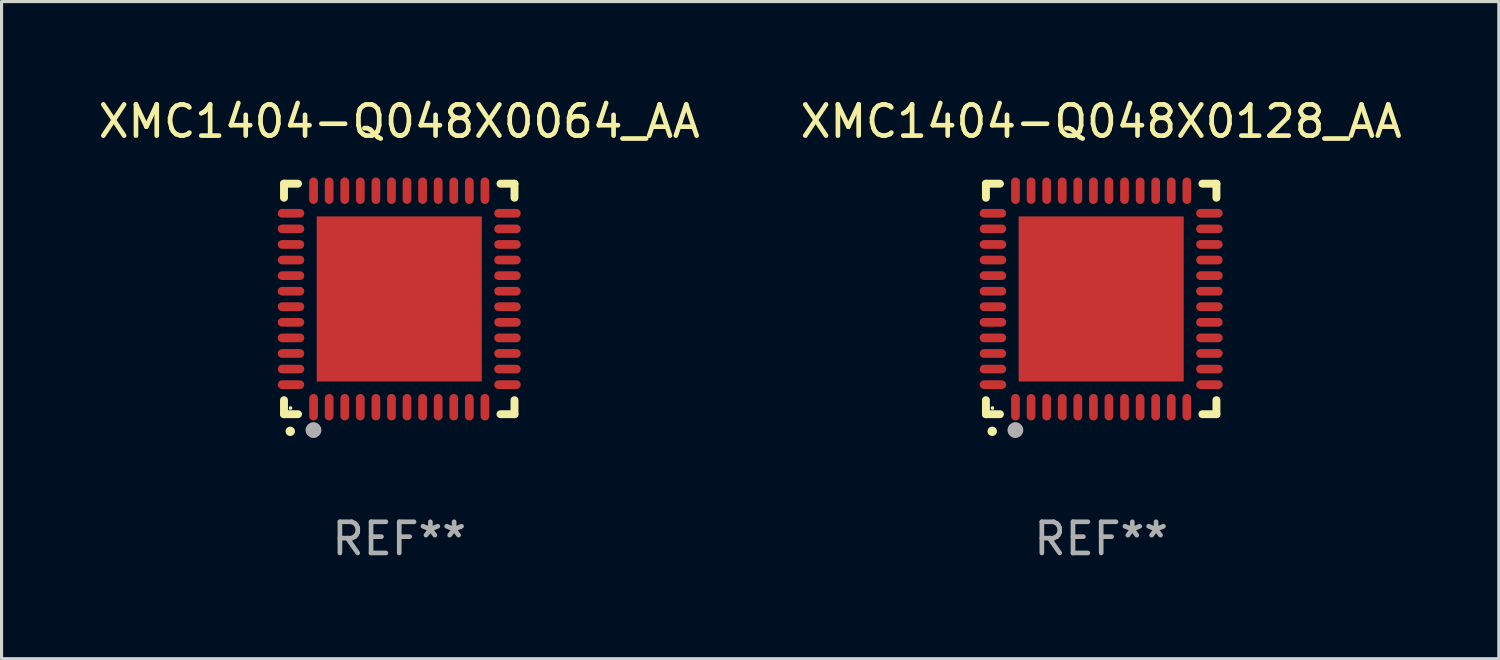
<source format=kicad_pcb>
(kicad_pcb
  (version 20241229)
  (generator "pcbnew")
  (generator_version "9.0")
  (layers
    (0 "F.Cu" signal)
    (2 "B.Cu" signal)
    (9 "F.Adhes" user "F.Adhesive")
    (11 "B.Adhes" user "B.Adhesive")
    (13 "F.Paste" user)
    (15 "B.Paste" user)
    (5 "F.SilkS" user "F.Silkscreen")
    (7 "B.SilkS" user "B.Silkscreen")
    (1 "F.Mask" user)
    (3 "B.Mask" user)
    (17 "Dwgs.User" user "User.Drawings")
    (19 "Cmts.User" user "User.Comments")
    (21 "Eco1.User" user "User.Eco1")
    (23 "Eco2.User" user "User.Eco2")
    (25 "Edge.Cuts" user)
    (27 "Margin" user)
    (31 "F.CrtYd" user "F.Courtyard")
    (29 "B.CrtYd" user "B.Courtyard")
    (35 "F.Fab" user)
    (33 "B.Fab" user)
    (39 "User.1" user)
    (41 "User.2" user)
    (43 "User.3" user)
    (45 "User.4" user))
  (footprint "XMC1404-Q048X0064_AA"
    (layer "F.Cu")
    (at 9.768 6.548)
    (property "Reference" "XMC1404-Q048X0064_AA" (at 0 -5.7 0) (layer "F.SilkS") (effects (font (size 1 1) (thickness 0.15))))
    (attr through_hole)
    (fp_line (start -3.7 -3.7) (end -3.25 -3.7) (stroke (width 0.254) (type solid)) (layer "F.SilkS"))
    (fp_line (start -3.7 -3.25) (end -3.7 -3.7) (stroke (width 0.254) (type solid)) (layer "F.SilkS"))
    (fp_line (start -3.7 3.7) (end -3.7 3.25) (stroke (width 0.254) (type solid)) (layer "F.SilkS"))
    (fp_line (start -3.25 3.7) (end -3.7 3.7) (stroke (width 0.254) (type solid)) (layer "F.SilkS"))
    (fp_line (start 3.25 3.7) (end 3.7 3.7) (stroke (width 0.254) (type solid)) (layer "F.SilkS"))
    (fp_line (start 3.7 -3.7) (end 3.25 -3.7) (stroke (width 0.254) (type solid)) (layer "F.SilkS"))
    (fp_line (start 3.7 -3.25) (end 3.7 -3.7) (stroke (width 0.254) (type solid)) (layer "F.SilkS"))
    (fp_line (start 3.7 3.7) (end 3.7 3.25) (stroke (width 0.254) (type solid)) (layer "F.SilkS"))
    (fp_arc (start -3.500127 4.249428) (mid -3.498857 4.249423) (end -3.497587 4.249428) (stroke (width 0.3) (type solid)) (layer "F.SilkS"))
    (fp_circle (center -3.491 3.501) (end -3.461 3.501) (stroke (width 0.06) (type solid)) (fill no) (layer "F.SilkS"))
    (fp_circle (center -2.754 4.21) (end -2.627 4.21) (stroke (width 0.254) (type solid)) (fill no) (layer "F.Fab"))
    (fp_text user "REF**" (at 0 7.7 0) (layer "F.Fab") (effects (font (size 1 1) (thickness 0.15))))
    (pad "1" smd oval (at -2.751 3.475) (size 0.28 0.85) (layers "F.Cu" "F.Mask" "F.Paste"))
    (pad "2" smd oval (at -2.251 3.475) (size 0.28 0.85) (layers "F.Cu" "F.Mask" "F.Paste"))
    (pad "3" smd oval (at -1.75 3.475) (size 0.28 0.85) (layers "F.Cu" "F.Mask" "F.Paste"))
    (pad "4" smd oval (at -1.25 3.475) (size 0.28 0.85) (layers "F.Cu" "F.Mask" "F.Paste"))
    (pad "5" smd oval (at -0.749 3.475) (size 0.28 0.85) (layers "F.Cu" "F.Mask" "F.Paste"))
    (pad "6" smd oval (at -0.249 3.475) (size 0.28 0.85) (layers "F.Cu" "F.Mask" "F.Paste"))
    (pad "7" smd oval (at 0.249 3.475) (size 0.28 0.85) (layers "F.Cu" "F.Mask" "F.Paste"))
    (pad "8" smd oval (at 0.749 3.475) (size 0.28 0.85) (layers "F.Cu" "F.Mask" "F.Paste"))
    (pad "9" smd oval (at 1.25 3.475) (size 0.28 0.85) (layers "F.Cu" "F.Mask" "F.Paste"))
    (pad "10" smd oval (at 1.75 3.475) (size 0.28 0.85) (layers "F.Cu" "F.Mask" "F.Paste"))
    (pad "11" smd oval (at 2.25 3.475) (size 0.28 0.85) (layers "F.Cu" "F.Mask" "F.Paste"))
    (pad "12" smd oval (at 2.751 3.475) (size 0.28 0.85) (layers "F.Cu" "F.Mask" "F.Paste"))
    (pad "13" smd oval (at 3.475 2.751) (size 0.85 0.28) (layers "F.Cu" "F.Mask" "F.Paste"))
    (pad "14" smd oval (at 3.475 2.251) (size 0.85 0.28) (layers "F.Cu" "F.Mask" "F.Paste"))
    (pad "15" smd oval (at 3.475 1.75) (size 0.85 0.28) (layers "F.Cu" "F.Mask" "F.Paste"))
    (pad "16" smd oval (at 3.475 1.25) (size 0.85 0.28) (layers "F.Cu" "F.Mask" "F.Paste"))
    (pad "17" smd oval (at 3.475 0.749) (size 0.85 0.28) (layers "F.Cu" "F.Mask" "F.Paste"))
    (pad "18" smd oval (at 3.475 0.249) (size 0.85 0.28) (layers "F.Cu" "F.Mask" "F.Paste"))
    (pad "19" smd oval (at 3.475 -0.249) (size 0.85 0.28) (layers "F.Cu" "F.Mask" "F.Paste"))
    (pad "20" smd oval (at 3.475 -0.749) (size 0.85 0.28) (layers "F.Cu" "F.Mask" "F.Paste"))
    (pad "21" smd oval (at 3.475 -1.25) (size 0.85 0.28) (layers "F.Cu" "F.Mask" "F.Paste"))
    (pad "22" smd oval (at 3.475 -1.75) (size 0.85 0.28) (layers "F.Cu" "F.Mask" "F.Paste"))
    (pad "23" smd oval (at 3.475 -2.25) (size 0.85 0.28) (layers "F.Cu" "F.Mask" "F.Paste"))
    (pad "24" smd oval (at 3.475 -2.751) (size 0.85 0.28) (layers "F.Cu" "F.Mask" "F.Paste"))
    (pad "25" smd oval (at 2.751 -3.475) (size 0.28 0.85) (layers "F.Cu" "F.Mask" "F.Paste"))
    (pad "26" smd oval (at 2.25 -3.475) (size 0.28 0.85) (layers "F.Cu" "F.Mask" "F.Paste"))
    (pad "27" smd oval (at 1.75 -3.475) (size 0.28 0.85) (layers "F.Cu" "F.Mask" "F.Paste"))
    (pad "28" smd oval (at 1.25 -3.475) (size 0.28 0.85) (layers "F.Cu" "F.Mask" "F.Paste"))
    (pad "29" smd oval (at 0.749 -3.475) (size 0.28 0.85) (layers "F.Cu" "F.Mask" "F.Paste"))
    (pad "30" smd oval (at 0.249 -3.475) (size 0.28 0.85) (layers "F.Cu" "F.Mask" "F.Paste"))
    (pad "31" smd oval (at -0.249 -3.475) (size 0.28 0.85) (layers "F.Cu" "F.Mask" "F.Paste"))
    (pad "32" smd oval (at -0.749 -3.475) (size 0.28 0.85) (layers "F.Cu" "F.Mask" "F.Paste"))
    (pad "33" smd oval (at -1.25 -3.475) (size 0.28 0.85) (layers "F.Cu" "F.Mask" "F.Paste"))
    (pad "34" smd oval (at -1.75 -3.475) (size 0.28 0.85) (layers "F.Cu" "F.Mask" "F.Paste"))
    (pad "35" smd oval (at -2.251 -3.475) (size 0.28 0.85) (layers "F.Cu" "F.Mask" "F.Paste"))
    (pad "36" smd oval (at -2.751 -3.475) (size 0.28 0.85) (layers "F.Cu" "F.Mask" "F.Paste"))
    (pad "37" smd oval (at -3.475 -2.751) (size 0.85 0.28) (layers "F.Cu" "F.Mask" "F.Paste"))
    (pad "38" smd oval (at -3.475 -2.25) (size 0.85 0.28) (layers "F.Cu" "F.Mask" "F.Paste"))
    (pad "39" smd oval (at -3.475 -1.75) (size 0.85 0.28) (layers "F.Cu" "F.Mask" "F.Paste"))
    (pad "40" smd oval (at -3.475 -1.25) (size 0.85 0.28) (layers "F.Cu" "F.Mask" "F.Paste"))
    (pad "41" smd oval (at -3.475 -0.749) (size 0.85 0.28) (layers "F.Cu" "F.Mask" "F.Paste"))
    (pad "42" smd oval (at -3.475 -0.249) (size 0.85 0.28) (layers "F.Cu" "F.Mask" "F.Paste"))
    (pad "43" smd oval (at -3.475 0.249) (size 0.85 0.28) (layers "F.Cu" "F.Mask" "F.Paste"))
    (pad "44" smd oval (at -3.475 0.749) (size 0.85 0.28) (layers "F.Cu" "F.Mask" "F.Paste"))
    (pad "45" smd oval (at -3.475 1.25) (size 0.85 0.28) (layers "F.Cu" "F.Mask" "F.Paste"))
    (pad "46" smd oval (at -3.475 1.75) (size 0.85 0.28) (layers "F.Cu" "F.Mask" "F.Paste"))
    (pad "47" smd oval (at -3.475 2.251) (size 0.85 0.28) (layers "F.Cu" "F.Mask" "F.Paste"))
    (pad "48" smd oval (at -3.475 2.751) (size 0.85 0.28) (layers "F.Cu" "F.Mask" "F.Paste"))
    (pad "49" smd rect (at -0.000102 0.000102) (size 5.3 5.3) (layers "F.Cu" "F.Mask" "F.Paste")))
  (footprint "XMC1404-Q048X0128_AA"
    (layer "F.Cu")
    (at 32.304 6.548)
    (property "Reference" "XMC1404-Q048X0128_AA" (at 0 -5.7 0) (layer "F.SilkS") (effects (font (size 1 1) (thickness 0.15))))
    (attr through_hole)
    (fp_line (start -3.7 -3.7) (end -3.25 -3.7) (stroke (width 0.254) (type solid)) (layer "F.SilkS"))
    (fp_line (start -3.7 -3.25) (end -3.7 -3.7) (stroke (width 0.254) (type solid)) (layer "F.SilkS"))
    (fp_line (start -3.7 3.7) (end -3.7 3.25) (stroke (width 0.254) (type solid)) (layer "F.SilkS"))
    (fp_line (start -3.25 3.7) (end -3.7 3.7) (stroke (width 0.254) (type solid)) (layer "F.SilkS"))
    (fp_line (start 3.25 3.7) (end 3.7 3.7) (stroke (width 0.254) (type solid)) (layer "F.SilkS"))
    (fp_line (start 3.7 -3.7) (end 3.25 -3.7) (stroke (width 0.254) (type solid)) (layer "F.SilkS"))
    (fp_line (start 3.7 -3.25) (end 3.7 -3.7) (stroke (width 0.254) (type solid)) (layer "F.SilkS"))
    (fp_line (start 3.7 3.7) (end 3.7 3.25) (stroke (width 0.254) (type solid)) (layer "F.SilkS"))
    (fp_arc (start -3.500127 4.249428) (mid -3.498857 4.249423) (end -3.497587 4.249428) (stroke (width 0.3) (type solid)) (layer "F.SilkS"))
    (fp_circle (center -3.491 3.501) (end -3.461 3.501) (stroke (width 0.06) (type solid)) (fill no) (layer "F.SilkS"))
    (fp_circle (center -2.754 4.21) (end -2.627 4.21) (stroke (width 0.254) (type solid)) (fill no) (layer "F.Fab"))
    (fp_text user "REF**" (at 0 7.7 0) (layer "F.Fab") (effects (font (size 1 1) (thickness 0.15))))
    (pad "1" smd oval (at -2.751 3.475) (size 0.28 0.85) (layers "F.Cu" "F.Mask" "F.Paste"))
    (pad "2" smd oval (at -2.251 3.475) (size 0.28 0.85) (layers "F.Cu" "F.Mask" "F.Paste"))
    (pad "3" smd oval (at -1.75 3.475) (size 0.28 0.85) (layers "F.Cu" "F.Mask" "F.Paste"))
    (pad "4" smd oval (at -1.25 3.475) (size 0.28 0.85) (layers "F.Cu" "F.Mask" "F.Paste"))
    (pad "5" smd oval (at -0.749 3.475) (size 0.28 0.85) (layers "F.Cu" "F.Mask" "F.Paste"))
    (pad "6" smd oval (at -0.249 3.475) (size 0.28 0.85) (layers "F.Cu" "F.Mask" "F.Paste"))
    (pad "7" smd oval (at 0.249 3.475) (size 0.28 0.85) (layers "F.Cu" "F.Mask" "F.Paste"))
    (pad "8" smd oval (at 0.749 3.475) (size 0.28 0.85) (layers "F.Cu" "F.Mask" "F.Paste"))
    (pad "9" smd oval (at 1.25 3.475) (size 0.28 0.85) (layers "F.Cu" "F.Mask" "F.Paste"))
    (pad "10" smd oval (at 1.75 3.475) (size 0.28 0.85) (layers "F.Cu" "F.Mask" "F.Paste"))
    (pad "11" smd oval (at 2.25 3.475) (size 0.28 0.85) (layers "F.Cu" "F.Mask" "F.Paste"))
    (pad "12" smd oval (at 2.751 3.475) (size 0.28 0.85) (layers "F.Cu" "F.Mask" "F.Paste"))
    (pad "13" smd oval (at 3.475 2.751) (size 0.85 0.28) (layers "F.Cu" "F.Mask" "F.Paste"))
    (pad "14" smd oval (at 3.475 2.251) (size 0.85 0.28) (layers "F.Cu" "F.Mask" "F.Paste"))
    (pad "15" smd oval (at 3.475 1.75) (size 0.85 0.28) (layers "F.Cu" "F.Mask" "F.Paste"))
    (pad "16" smd oval (at 3.475 1.25) (size 0.85 0.28) (layers "F.Cu" "F.Mask" "F.Paste"))
    (pad "17" smd oval (at 3.475 0.749) (size 0.85 0.28) (layers "F.Cu" "F.Mask" "F.Paste"))
    (pad "18" smd oval (at 3.475 0.249) (size 0.85 0.28) (layers "F.Cu" "F.Mask" "F.Paste"))
    (pad "19" smd oval (at 3.475 -0.249) (size 0.85 0.28) (layers "F.Cu" "F.Mask" "F.Paste"))
    (pad "20" smd oval (at 3.475 -0.749) (size 0.85 0.28) (layers "F.Cu" "F.Mask" "F.Paste"))
    (pad "21" smd oval (at 3.475 -1.25) (size 0.85 0.28) (layers "F.Cu" "F.Mask" "F.Paste"))
    (pad "22" smd oval (at 3.475 -1.75) (size 0.85 0.28) (layers "F.Cu" "F.Mask" "F.Paste"))
    (pad "23" smd oval (at 3.475 -2.25) (size 0.85 0.28) (layers "F.Cu" "F.Mask" "F.Paste"))
    (pad "24" smd oval (at 3.475 -2.751) (size 0.85 0.28) (layers "F.Cu" "F.Mask" "F.Paste"))
    (pad "25" smd oval (at 2.751 -3.475) (size 0.28 0.85) (layers "F.Cu" "F.Mask" "F.Paste"))
    (pad "26" smd oval (at 2.25 -3.475) (size 0.28 0.85) (layers "F.Cu" "F.Mask" "F.Paste"))
    (pad "27" smd oval (at 1.75 -3.475) (size 0.28 0.85) (layers "F.Cu" "F.Mask" "F.Paste"))
    (pad "28" smd oval (at 1.25 -3.475) (size 0.28 0.85) (layers "F.Cu" "F.Mask" "F.Paste"))
    (pad "29" smd oval (at 0.749 -3.475) (size 0.28 0.85) (layers "F.Cu" "F.Mask" "F.Paste"))
    (pad "30" smd oval (at 0.249 -3.475) (size 0.28 0.85) (layers "F.Cu" "F.Mask" "F.Paste"))
    (pad "31" smd oval (at -0.249 -3.475) (size 0.28 0.85) (layers "F.Cu" "F.Mask" "F.Paste"))
    (pad "32" smd oval (at -0.749 -3.475) (size 0.28 0.85) (layers "F.Cu" "F.Mask" "F.Paste"))
    (pad "33" smd oval (at -1.25 -3.475) (size 0.28 0.85) (layers "F.Cu" "F.Mask" "F.Paste"))
    (pad "34" smd oval (at -1.75 -3.475) (size 0.28 0.85) (layers "F.Cu" "F.Mask" "F.Paste"))
    (pad "35" smd oval (at -2.251 -3.475) (size 0.28 0.85) (layers "F.Cu" "F.Mask" "F.Paste"))
    (pad "36" smd oval (at -2.751 -3.475) (size 0.28 0.85) (layers "F.Cu" "F.Mask" "F.Paste"))
    (pad "37" smd oval (at -3.475 -2.751) (size 0.85 0.28) (layers "F.Cu" "F.Mask" "F.Paste"))
    (pad "38" smd oval (at -3.475 -2.25) (size 0.85 0.28) (layers "F.Cu" "F.Mask" "F.Paste"))
    (pad "39" smd oval (at -3.475 -1.75) (size 0.85 0.28) (layers "F.Cu" "F.Mask" "F.Paste"))
    (pad "40" smd oval (at -3.475 -1.25) (size 0.85 0.28) (layers "F.Cu" "F.Mask" "F.Paste"))
    (pad "41" smd oval (at -3.475 -0.749) (size 0.85 0.28) (layers "F.Cu" "F.Mask" "F.Paste"))
    (pad "42" smd oval (at -3.475 -0.249) (size 0.85 0.28) (layers "F.Cu" "F.Mask" "F.Paste"))
    (pad "43" smd oval (at -3.475 0.249) (size 0.85 0.28) (layers "F.Cu" "F.Mask" "F.Paste"))
    (pad "44" smd oval (at -3.475 0.749) (size 0.85 0.28) (layers "F.Cu" "F.Mask" "F.Paste"))
    (pad "45" smd oval (at -3.475 1.25) (size 0.85 0.28) (layers "F.Cu" "F.Mask" "F.Paste"))
    (pad "46" smd oval (at -3.475 1.75) (size 0.85 0.28) (layers "F.Cu" "F.Mask" "F.Paste"))
    (pad "47" smd oval (at -3.475 2.251) (size 0.85 0.28) (layers "F.Cu" "F.Mask" "F.Paste"))
    (pad "48" smd oval (at -3.475 2.751) (size 0.85 0.28) (layers "F.Cu" "F.Mask" "F.Paste"))
    (pad "49" smd rect (at -0.000102 0.000102) (size 5.3 5.3) (layers "F.Cu" "F.Mask" "F.Paste")))
  (gr_rect
    (start -3 -3)
    (end 45.071 18.097)
    (stroke (width 0.1) (type default))
    (fill no)
    (layer "Edge.Cuts")))
</source>
